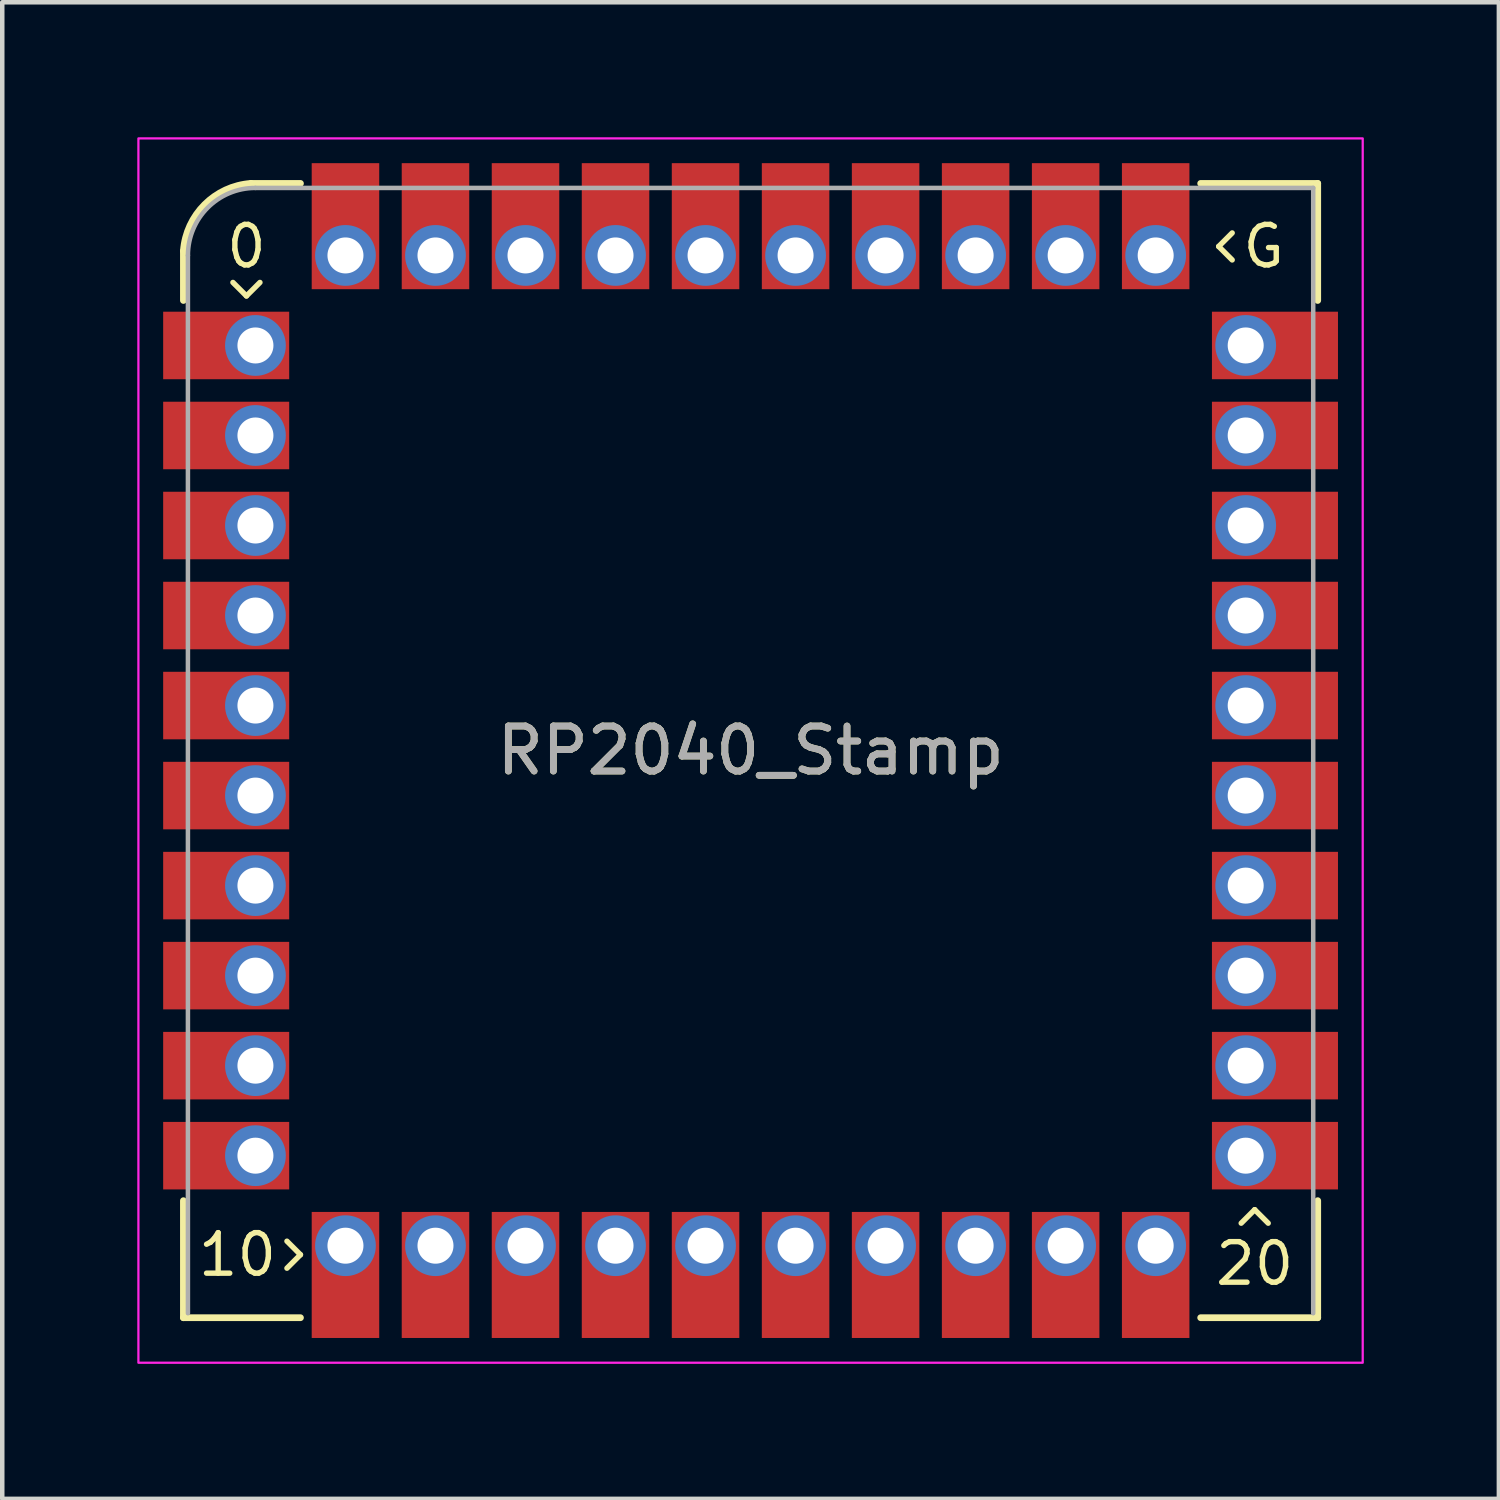
<source format=kicad_pcb>
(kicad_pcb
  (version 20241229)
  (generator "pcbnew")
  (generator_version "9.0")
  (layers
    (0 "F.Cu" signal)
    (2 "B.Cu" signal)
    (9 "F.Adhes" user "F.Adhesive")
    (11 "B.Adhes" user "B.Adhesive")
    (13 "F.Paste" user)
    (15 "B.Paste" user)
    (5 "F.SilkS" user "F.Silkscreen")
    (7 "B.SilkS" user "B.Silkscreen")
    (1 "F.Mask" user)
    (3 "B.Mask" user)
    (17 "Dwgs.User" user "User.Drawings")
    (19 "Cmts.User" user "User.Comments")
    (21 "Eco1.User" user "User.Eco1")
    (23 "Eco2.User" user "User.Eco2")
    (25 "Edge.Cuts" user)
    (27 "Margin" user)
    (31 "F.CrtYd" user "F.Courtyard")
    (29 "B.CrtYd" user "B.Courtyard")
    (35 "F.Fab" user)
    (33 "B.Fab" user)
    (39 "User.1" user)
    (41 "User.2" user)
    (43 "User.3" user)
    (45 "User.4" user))
  (footprint "RP2040_Stamp"
    (layer "F.Cu")
    (at 13.625 13.625)
    (property "Reference" "RP2040_Stamp" (at 0 0 0) (unlocked yes) (layer "F.SilkS") (effects (font (size 1 1) (thickness 0.15))))
    (attr through_hole)
    (fp_line (start -12.6 -10) (end -12.6 -11.1) (stroke (width 0.15) (type solid)) (layer "F.SilkS"))
    (fp_line (start -12.6 12.6) (end -12.6 10) (stroke (width 0.15) (type solid)) (layer "F.SilkS"))
    (fp_line (start -11.5 -10.4) (end -11.2 -10.1) (stroke (width 0.12) (type solid)) (layer "F.SilkS"))
    (fp_line (start -11.2 -10.1) (end -10.9 -10.4) (stroke (width 0.12) (type solid)) (layer "F.SilkS"))
    (fp_line (start -11.1 -12.6) (end -10 -12.6) (stroke (width 0.15) (type solid)) (layer "F.SilkS"))
    (fp_line (start -10.3 11.5) (end -10 11.2) (stroke (width 0.12) (type solid)) (layer "F.SilkS"))
    (fp_line (start -10 11.2) (end -10.3 10.9) (stroke (width 0.12) (type solid)) (layer "F.SilkS"))
    (fp_line (start -10 12.6) (end -12.6 12.6) (stroke (width 0.15) (type solid)) (layer "F.SilkS"))
    (fp_line (start 10 -12.6) (end 12.6 -12.6) (stroke (width 0.15) (type solid)) (layer "F.SilkS"))
    (fp_line (start 10.4 -11.2) (end 10.7 -10.9) (stroke (width 0.12) (type solid)) (layer "F.SilkS"))
    (fp_line (start 10.7 -11.5) (end 10.4 -11.2) (stroke (width 0.12) (type solid)) (layer "F.SilkS"))
    (fp_line (start 11.2 10.2) (end 10.9 10.5) (stroke (width 0.12) (type solid)) (layer "F.SilkS"))
    (fp_line (start 11.5 10.5) (end 11.2 10.2) (stroke (width 0.12) (type solid)) (layer "F.SilkS"))
    (fp_line (start 12.6 -12.6) (end 12.6 -10) (stroke (width 0.15) (type solid)) (layer "F.SilkS"))
    (fp_line (start 12.6 10) (end 12.6 12.6) (stroke (width 0.15) (type solid)) (layer "F.SilkS"))
    (fp_line (start 12.6 12.6) (end 10 12.6) (stroke (width 0.15) (type solid)) (layer "F.SilkS"))
    (fp_arc (start -12.6 -11.1) (mid -12.129432 -12.129432) (end -11.1 -12.6) (stroke (width 0.15) (type solid)) (layer "F.SilkS"))
    (fp_rect (start -13.6 -13.6) (end 13.6 13.6) (stroke (width 0.05) (type solid)) (fill no) (layer "F.CrtYd"))
    (fp_line (start -12.5 12.5) (end -12.5 -11) (stroke (width 0.1) (type solid)) (layer "F.Fab"))
    (fp_line (start -11 -12.5) (end 12.5 -12.5) (stroke (width 0.1) (type solid)) (layer "F.Fab"))
    (fp_line (start 12.5 -12.5) (end 12.5 12.5) (stroke (width 0.1) (type solid)) (layer "F.Fab"))
    (fp_arc (start -12.500003 -11.000003) (mid -12.060661 -12.060662) (end -11 -12.5) (stroke (width 0.1) (type solid)) (layer "F.Fab"))
    (fp_text user "10" (at -11.4 11.2 0) (unlocked yes) (layer "F.SilkS") (effects (font (size 0.9 0.9) (thickness 0.12))))
    (fp_text user "20" (at 11.2 11.4 0) (unlocked yes) (layer "F.SilkS") (effects (font (size 0.9 0.9) (thickness 0.12))))
    (fp_text user "G" (at 11.4 -11.2 0) (unlocked yes) (layer "F.SilkS") (effects (font (size 0.9 0.9) (thickness 0.12))))
    (fp_text user "0" (at -11.2 -11.2 0) (unlocked yes) (layer "F.SilkS") (effects (font (size 0.9 0.9) (thickness 0.12))))
    (fp_text user "${REFERENCE}" (at 0 0 0) (unlocked yes) (layer "F.Fab") (effects (font (size 1 1) (thickness 0.15))))
    (pad "1" smd rect (at -11.65 -9) (size 2.8 1.5) (layers "F.Cu" "F.Mask" "F.Paste"))
    (pad "1" thru_hole circle (at -11 -9) (size 1.35 1.35) (drill 0.8) (layers "*.Cu" "*.Mask"))
    (pad "2" smd rect (at -11.65 -7) (size 2.8 1.5) (layers "F.Cu" "F.Mask" "F.Paste"))
    (pad "2" thru_hole oval (at -11 -7) (size 1.35 1.35) (drill 0.8) (layers "*.Cu" "*.Mask"))
    (pad "3" smd rect (at -11.65 -5) (size 2.8 1.5) (layers "F.Cu" "F.Mask" "F.Paste"))
    (pad "3" thru_hole oval (at -11 -5) (size 1.35 1.35) (drill 0.8) (layers "*.Cu" "*.Mask"))
    (pad "4" smd rect (at -11.65 -3) (size 2.8 1.5) (layers "F.Cu" "F.Mask" "F.Paste"))
    (pad "4" thru_hole oval (at -11 -3) (size 1.35 1.35) (drill 0.8) (layers "*.Cu" "*.Mask"))
    (pad "5" smd rect (at -11.65 -1) (size 2.8 1.5) (layers "F.Cu" "F.Mask" "F.Paste"))
    (pad "5" thru_hole oval (at -11 -1) (size 1.35 1.35) (drill 0.8) (layers "*.Cu" "*.Mask"))
    (pad "6" smd rect (at -11.65 1) (size 2.8 1.5) (layers "F.Cu" "F.Mask" "F.Paste"))
    (pad "6" thru_hole oval (at -11 1) (size 1.35 1.35) (drill 0.8) (layers "*.Cu" "*.Mask"))
    (pad "7" smd rect (at -11.65 3) (size 2.8 1.5) (layers "F.Cu" "F.Mask" "F.Paste"))
    (pad "7" thru_hole oval (at -11 3) (size 1.35 1.35) (drill 0.8) (layers "*.Cu" "*.Mask"))
    (pad "8" smd rect (at -11.65 5) (size 2.8 1.5) (layers "F.Cu" "F.Mask" "F.Paste"))
    (pad "8" thru_hole oval (at -11 5) (size 1.35 1.35) (drill 0.8) (layers "*.Cu" "*.Mask"))
    (pad "9" smd rect (at -11.65 7) (size 2.8 1.5) (layers "F.Cu" "F.Mask" "F.Paste"))
    (pad "9" thru_hole oval (at -11 7) (size 1.35 1.35) (drill 0.8) (layers "*.Cu" "*.Mask"))
    (pad "10" smd rect (at -11.65 9) (size 2.8 1.5) (layers "F.Cu" "F.Mask" "F.Paste"))
    (pad "10" thru_hole oval (at -11 9) (size 1.35 1.35) (drill 0.8) (layers "*.Cu" "*.Mask"))
    (pad "11" thru_hole oval (at -9 11) (size 1.35 1.35) (drill 0.8) (layers "*.Cu" "*.Mask"))
    (pad "11" smd rect (at -9 11.65 270) (size 2.8 1.5) (layers "F.Cu" "F.Mask" "F.Paste"))
    (pad "12" thru_hole oval (at -7 11) (size 1.35 1.35) (drill 0.8) (layers "*.Cu" "*.Mask"))
    (pad "12" smd rect (at -7 11.65 270) (size 2.8 1.5) (layers "F.Cu" "F.Mask" "F.Paste"))
    (pad "13" thru_hole oval (at -5 11) (size 1.35 1.35) (drill 0.8) (layers "*.Cu" "*.Mask"))
    (pad "13" smd rect (at -5 11.65 270) (size 2.8 1.5) (layers "F.Cu" "F.Mask" "F.Paste"))
    (pad "14" thru_hole oval (at -3 11) (size 1.35 1.35) (drill 0.8) (layers "*.Cu" "*.Mask"))
    (pad "14" smd rect (at -3 11.65 270) (size 2.8 1.5) (layers "F.Cu" "F.Mask" "F.Paste"))
    (pad "15" thru_hole oval (at -1 11) (size 1.35 1.35) (drill 0.8) (layers "*.Cu" "*.Mask"))
    (pad "15" smd rect (at -1 11.65 270) (size 2.8 1.5) (layers "F.Cu" "F.Mask" "F.Paste"))
    (pad "16" thru_hole oval (at 1 11) (size 1.35 1.35) (drill 0.8) (layers "*.Cu" "*.Mask"))
    (pad "16" smd rect (at 1 11.65 270) (size 2.8 1.5) (layers "F.Cu" "F.Mask" "F.Paste"))
    (pad "17" thru_hole oval (at 3 11) (size 1.35 1.35) (drill 0.8) (layers "*.Cu" "*.Mask"))
    (pad "17" smd rect (at 3 11.65 270) (size 2.8 1.5) (layers "F.Cu" "F.Mask" "F.Paste"))
    (pad "18" thru_hole oval (at 5 11) (size 1.35 1.35) (drill 0.8) (layers "*.Cu" "*.Mask"))
    (pad "18" smd rect (at 5 11.65 270) (size 2.8 1.5) (layers "F.Cu" "F.Mask" "F.Paste"))
    (pad "19" thru_hole oval (at 7 11) (size 1.35 1.35) (drill 0.8) (layers "*.Cu" "*.Mask"))
    (pad "19" smd rect (at 7 11.65 270) (size 2.8 1.5) (layers "F.Cu" "F.Mask" "F.Paste"))
    (pad "20" thru_hole oval (at 9 11) (size 1.35 1.35) (drill 0.8) (layers "*.Cu" "*.Mask"))
    (pad "20" smd rect (at 9 11.65 270) (size 2.8 1.5) (layers "F.Cu" "F.Mask" "F.Paste"))
    (pad "21" thru_hole oval (at 11 9) (size 1.35 1.35) (drill 0.8) (layers "*.Cu" "*.Mask"))
    (pad "21" smd rect (at 11.65 9) (size 2.8 1.5) (layers "F.Cu" "F.Mask" "F.Paste"))
    (pad "22" thru_hole oval (at 11 7) (size 1.35 1.35) (drill 0.8) (layers "*.Cu" "*.Mask"))
    (pad "22" smd rect (at 11.65 7) (size 2.8 1.5) (layers "F.Cu" "F.Mask" "F.Paste"))
    (pad "23" thru_hole oval (at 11 5) (size 1.35 1.35) (drill 0.8) (layers "*.Cu" "*.Mask"))
    (pad "23" smd rect (at 11.65 5) (size 2.8 1.5) (layers "F.Cu" "F.Mask" "F.Paste"))
    (pad "24" thru_hole oval (at 11 3) (size 1.35 1.35) (drill 0.8) (layers "*.Cu" "*.Mask"))
    (pad "24" smd rect (at 11.65 3) (size 2.8 1.5) (layers "F.Cu" "F.Mask" "F.Paste"))
    (pad "25" thru_hole oval (at 11 1) (size 1.35 1.35) (drill 0.8) (layers "*.Cu" "*.Mask"))
    (pad "25" smd rect (at 11.65 1) (size 2.8 1.5) (layers "F.Cu" "F.Mask" "F.Paste"))
    (pad "26" thru_hole oval (at 11 -1) (size 1.35 1.35) (drill 0.8) (layers "*.Cu" "*.Mask"))
    (pad "26" smd rect (at 11.65 -1) (size 2.8 1.5) (layers "F.Cu" "F.Mask" "F.Paste"))
    (pad "27" thru_hole oval (at 11 -3) (size 1.35 1.35) (drill 0.8) (layers "*.Cu" "*.Mask"))
    (pad "27" smd rect (at 11.65 -3) (size 2.8 1.5) (layers "F.Cu" "F.Mask" "F.Paste"))
    (pad "28" thru_hole oval (at 11 -5) (size 1.35 1.35) (drill 0.8) (layers "*.Cu" "*.Mask"))
    (pad "28" smd rect (at 11.65 -5) (size 2.8 1.5) (layers "F.Cu" "F.Mask" "F.Paste"))
    (pad "29" thru_hole oval (at 11 -7) (size 1.35 1.35) (drill 0.8) (layers "*.Cu" "*.Mask"))
    (pad "29" smd rect (at 11.65 -7) (size 2.8 1.5) (layers "F.Cu" "F.Mask" "F.Paste"))
    (pad "30" thru_hole oval (at 11 -9) (size 1.35 1.35) (drill 0.8) (layers "*.Cu" "*.Mask"))
    (pad "30" smd rect (at 11.65 -9) (size 2.8 1.5) (layers "F.Cu" "F.Mask" "F.Paste"))
    (pad "31" smd rect (at 9 -11.65 270) (size 2.8 1.5) (layers "F.Cu" "F.Mask" "F.Paste"))
    (pad "31" thru_hole oval (at 9 -11) (size 1.35 1.35) (drill 0.8) (layers "*.Cu" "*.Mask"))
    (pad "32" smd rect (at 7 -11.65 270) (size 2.8 1.5) (layers "F.Cu" "F.Mask" "F.Paste"))
    (pad "32" thru_hole oval (at 7 -11) (size 1.35 1.35) (drill 0.8) (layers "*.Cu" "*.Mask"))
    (pad "33" smd rect (at 5 -11.65 270) (size 2.8 1.5) (layers "F.Cu" "F.Mask" "F.Paste"))
    (pad "33" thru_hole oval (at 5 -11) (size 1.35 1.35) (drill 0.8) (layers "*.Cu" "*.Mask"))
    (pad "34" smd rect (at 3 -11.65 270) (size 2.8 1.5) (layers "F.Cu" "F.Mask" "F.Paste"))
    (pad "34" thru_hole oval (at 3 -11) (size 1.35 1.35) (drill 0.8) (layers "*.Cu" "*.Mask"))
    (pad "35" smd rect (at 1 -11.65 270) (size 2.8 1.5) (layers "F.Cu" "F.Mask" "F.Paste"))
    (pad "35" thru_hole oval (at 1 -11) (size 1.35 1.35) (drill 0.8) (layers "*.Cu" "*.Mask"))
    (pad "36" smd rect (at -1 -11.65 270) (size 2.8 1.5) (layers "F.Cu" "F.Mask" "F.Paste"))
    (pad "36" thru_hole oval (at -1 -11) (size 1.35 1.35) (drill 0.8) (layers "*.Cu" "*.Mask"))
    (pad "37" smd rect (at -3 -11.65 270) (size 2.8 1.5) (layers "F.Cu" "F.Mask" "F.Paste"))
    (pad "37" thru_hole oval (at -3 -11) (size 1.35 1.35) (drill 0.8) (layers "*.Cu" "*.Mask"))
    (pad "38" smd rect (at -5 -11.65 270) (size 2.8 1.5) (layers "F.Cu" "F.Mask" "F.Paste"))
    (pad "38" thru_hole oval (at -5 -11) (size 1.35 1.35) (drill 0.8) (layers "*.Cu" "*.Mask"))
    (pad "39" smd rect (at -7 -11.65 270) (size 2.8 1.5) (layers "F.Cu" "F.Mask" "F.Paste"))
    (pad "39" thru_hole oval (at -7 -11) (size 1.35 1.35) (drill 0.8) (layers "*.Cu" "*.Mask"))
    (pad "40" smd rect (at -9 -11.65 270) (size 2.8 1.5) (layers "F.Cu" "F.Mask" "F.Paste"))
    (pad "40" thru_hole oval (at -9 -11) (size 1.35 1.35) (drill 0.8) (layers "*.Cu" "*.Mask")))
  (gr_rect
    (start -3 -3)
    (end 30.25 30.25)
    (stroke (width 0.1) (type default))
    (fill no)
    (layer "Edge.Cuts")))
</source>
